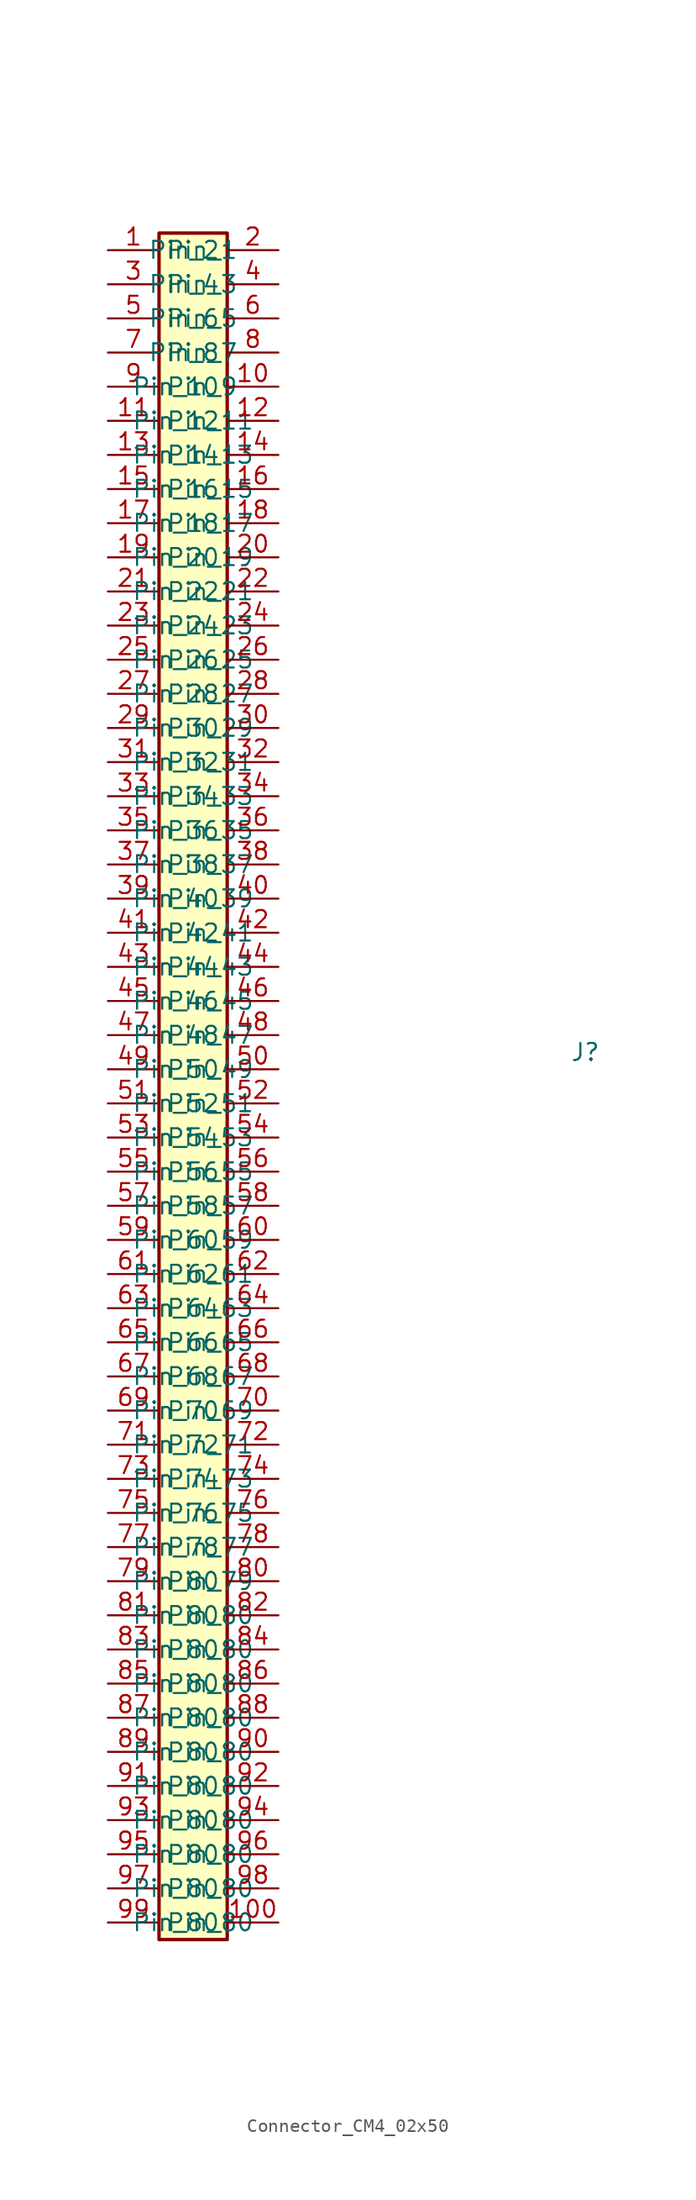
<source format=kicad_sym>
(kicad_symbol_lib
  (version 20231120)
  (generator "kicad_symbol_editor")
  (generator_version "8.0")
  (symbol "Connector_CM4_02x50"
    (property "Reference" "J"
      (at 0 0 0)
      (effects (font (size 1.27 1.27))))
    (property "Value" ""
      (at 0 0 0)
      (effects (font (size 1.27 1.27))))
    (symbol "Connector_CM4_02x50_1_1"
      (rectangle (start -31.75 60.96) (end -26.67 -66.04) (stroke (width 0.254) (type default)) (fill (type background)))
      (pin passive line (at -35.56 59.69 0) (length 3.81) (name "Pin_1" (effects (font (size 1.27 1.27)))) (number "1" (effects (font (size 1.27 1.27)))))
      (pin passive line (at -22.86 49.53 180) (length 3.81) (name "Pin_10" (effects (font (size 1.27 1.27)))) (number "10" (effects (font (size 1.27 1.27)))))
      (pin passive line (at -22.86 -64.77 180) (length 3.81) (name "Pin_80" (effects (font (size 1.27 1.27)))) (number "100" (effects (font (size 1.27 1.27)))))
      (pin passive line (at -35.56 46.99 0) (length 3.81) (name "Pin_11" (effects (font (size 1.27 1.27)))) (number "11" (effects (font (size 1.27 1.27)))))
      (pin passive line (at -22.86 46.99 180) (length 3.81) (name "Pin_12" (effects (font (size 1.27 1.27)))) (number "12" (effects (font (size 1.27 1.27)))))
      (pin passive line (at -35.56 44.45 0) (length 3.81) (name "Pin_13" (effects (font (size 1.27 1.27)))) (number "13" (effects (font (size 1.27 1.27)))))
      (pin passive line (at -22.86 44.45 180) (length 3.81) (name "Pin_14" (effects (font (size 1.27 1.27)))) (number "14" (effects (font (size 1.27 1.27)))))
      (pin passive line (at -35.56 41.91 0) (length 3.81) (name "Pin_15" (effects (font (size 1.27 1.27)))) (number "15" (effects (font (size 1.27 1.27)))))
      (pin passive line (at -22.86 41.91 180) (length 3.81) (name "Pin_16" (effects (font (size 1.27 1.27)))) (number "16" (effects (font (size 1.27 1.27)))))
      (pin passive line (at -35.56 39.37 0) (length 3.81) (name "Pin_17" (effects (font (size 1.27 1.27)))) (number "17" (effects (font (size 1.27 1.27)))))
      (pin passive line (at -22.86 39.37 180) (length 3.81) (name "Pin_18" (effects (font (size 1.27 1.27)))) (number "18" (effects (font (size 1.27 1.27)))))
      (pin passive line (at -35.56 36.83 0) (length 3.81) (name "Pin_19" (effects (font (size 1.27 1.27)))) (number "19" (effects (font (size 1.27 1.27)))))
      (pin passive line (at -22.86 59.69 180) (length 3.81) (name "Pin_2" (effects (font (size 1.27 1.27)))) (number "2" (effects (font (size 1.27 1.27)))))
      (pin passive line (at -22.86 36.83 180) (length 3.81) (name "Pin_20" (effects (font (size 1.27 1.27)))) (number "20" (effects (font (size 1.27 1.27)))))
      (pin passive line (at -35.56 34.29 0) (length 3.81) (name "Pin_21" (effects (font (size 1.27 1.27)))) (number "21" (effects (font (size 1.27 1.27)))))
      (pin passive line (at -22.86 34.29 180) (length 3.81) (name "Pin_22" (effects (font (size 1.27 1.27)))) (number "22" (effects (font (size 1.27 1.27)))))
      (pin passive line (at -35.56 31.75 0) (length 3.81) (name "Pin_23" (effects (font (size 1.27 1.27)))) (number "23" (effects (font (size 1.27 1.27)))))
      (pin passive line (at -22.86 31.75 180) (length 3.81) (name "Pin_24" (effects (font (size 1.27 1.27)))) (number "24" (effects (font (size 1.27 1.27)))))
      (pin passive line (at -35.56 29.21 0) (length 3.81) (name "Pin_25" (effects (font (size 1.27 1.27)))) (number "25" (effects (font (size 1.27 1.27)))))
      (pin passive line (at -22.86 29.21 180) (length 3.81) (name "Pin_26" (effects (font (size 1.27 1.27)))) (number "26" (effects (font (size 1.27 1.27)))))
      (pin passive line (at -35.56 26.67 0) (length 3.81) (name "Pin_27" (effects (font (size 1.27 1.27)))) (number "27" (effects (font (size 1.27 1.27)))))
      (pin passive line (at -22.86 26.67 180) (length 3.81) (name "Pin_28" (effects (font (size 1.27 1.27)))) (number "28" (effects (font (size 1.27 1.27)))))
      (pin passive line (at -35.56 24.13 0) (length 3.81) (name "Pin_29" (effects (font (size 1.27 1.27)))) (number "29" (effects (font (size 1.27 1.27)))))
      (pin passive line (at -35.56 57.15 0) (length 3.81) (name "Pin_3" (effects (font (size 1.27 1.27)))) (number "3" (effects (font (size 1.27 1.27)))))
      (pin passive line (at -22.86 24.13 180) (length 3.81) (name "Pin_30" (effects (font (size 1.27 1.27)))) (number "30" (effects (font (size 1.27 1.27)))))
      (pin passive line (at -35.56 21.59 0) (length 3.81) (name "Pin_31" (effects (font (size 1.27 1.27)))) (number "31" (effects (font (size 1.27 1.27)))))
      (pin passive line (at -22.86 21.59 180) (length 3.81) (name "Pin_32" (effects (font (size 1.27 1.27)))) (number "32" (effects (font (size 1.27 1.27)))))
      (pin passive line (at -35.56 19.05 0) (length 3.81) (name "Pin_33" (effects (font (size 1.27 1.27)))) (number "33" (effects (font (size 1.27 1.27)))))
      (pin passive line (at -22.86 19.05 180) (length 3.81) (name "Pin_34" (effects (font (size 1.27 1.27)))) (number "34" (effects (font (size 1.27 1.27)))))
      (pin passive line (at -35.56 16.51 0) (length 3.81) (name "Pin_35" (effects (font (size 1.27 1.27)))) (number "35" (effects (font (size 1.27 1.27)))))
      (pin passive line (at -22.86 16.51 180) (length 3.81) (name "Pin_36" (effects (font (size 1.27 1.27)))) (number "36" (effects (font (size 1.27 1.27)))))
      (pin passive line (at -35.56 13.97 0) (length 3.81) (name "Pin_37" (effects (font (size 1.27 1.27)))) (number "37" (effects (font (size 1.27 1.27)))))
      (pin passive line (at -22.86 13.97 180) (length 3.81) (name "Pin_38" (effects (font (size 1.27 1.27)))) (number "38" (effects (font (size 1.27 1.27)))))
      (pin passive line (at -35.56 11.43 0) (length 3.81) (name "Pin_39" (effects (font (size 1.27 1.27)))) (number "39" (effects (font (size 1.27 1.27)))))
      (pin passive line (at -22.86 57.15 180) (length 3.81) (name "Pin_4" (effects (font (size 1.27 1.27)))) (number "4" (effects (font (size 1.27 1.27)))))
      (pin passive line (at -22.86 11.43 180) (length 3.81) (name "Pin_40" (effects (font (size 1.27 1.27)))) (number "40" (effects (font (size 1.27 1.27)))))
      (pin passive line (at -35.56 8.89 0) (length 3.81) (name "Pin_41" (effects (font (size 1.27 1.27)))) (number "41" (effects (font (size 1.27 1.27)))))
      (pin passive line (at -22.86 8.89 180) (length 3.81) (name "Pin_42" (effects (font (size 1.27 1.27)))) (number "42" (effects (font (size 1.27 1.27)))))
      (pin passive line (at -35.56 6.35 0) (length 3.81) (name "Pin_43" (effects (font (size 1.27 1.27)))) (number "43" (effects (font (size 1.27 1.27)))))
      (pin passive line (at -22.86 6.35 180) (length 3.81) (name "Pin_44" (effects (font (size 1.27 1.27)))) (number "44" (effects (font (size 1.27 1.27)))))
      (pin passive line (at -35.56 3.81 0) (length 3.81) (name "Pin_45" (effects (font (size 1.27 1.27)))) (number "45" (effects (font (size 1.27 1.27)))))
      (pin passive line (at -22.86 3.81 180) (length 3.81) (name "Pin_46" (effects (font (size 1.27 1.27)))) (number "46" (effects (font (size 1.27 1.27)))))
      (pin passive line (at -35.56 1.27 0) (length 3.81) (name "Pin_47" (effects (font (size 1.27 1.27)))) (number "47" (effects (font (size 1.27 1.27)))))
      (pin passive line (at -22.86 1.27 180) (length 3.81) (name "Pin_48" (effects (font (size 1.27 1.27)))) (number "48" (effects (font (size 1.27 1.27)))))
      (pin passive line (at -35.56 -1.27 0) (length 3.81) (name "Pin_49" (effects (font (size 1.27 1.27)))) (number "49" (effects (font (size 1.27 1.27)))))
      (pin passive line (at -35.56 54.61 0) (length 3.81) (name "Pin_5" (effects (font (size 1.27 1.27)))) (number "5" (effects (font (size 1.27 1.27)))))
      (pin passive line (at -22.86 -1.27 180) (length 3.81) (name "Pin_50" (effects (font (size 1.27 1.27)))) (number "50" (effects (font (size 1.27 1.27)))))
      (pin passive line (at -35.56 -3.81 0) (length 3.81) (name "Pin_51" (effects (font (size 1.27 1.27)))) (number "51" (effects (font (size 1.27 1.27)))))
      (pin passive line (at -22.86 -3.81 180) (length 3.81) (name "Pin_52" (effects (font (size 1.27 1.27)))) (number "52" (effects (font (size 1.27 1.27)))))
      (pin passive line (at -35.56 -6.35 0) (length 3.81) (name "Pin_53" (effects (font (size 1.27 1.27)))) (number "53" (effects (font (size 1.27 1.27)))))
      (pin passive line (at -22.86 -6.35 180) (length 3.81) (name "Pin_54" (effects (font (size 1.27 1.27)))) (number "54" (effects (font (size 1.27 1.27)))))
      (pin passive line (at -35.56 -8.89 0) (length 3.81) (name "Pin_55" (effects (font (size 1.27 1.27)))) (number "55" (effects (font (size 1.27 1.27)))))
      (pin passive line (at -22.86 -8.89 180) (length 3.81) (name "Pin_56" (effects (font (size 1.27 1.27)))) (number "56" (effects (font (size 1.27 1.27)))))
      (pin passive line (at -35.56 -11.43 0) (length 3.81) (name "Pin_57" (effects (font (size 1.27 1.27)))) (number "57" (effects (font (size 1.27 1.27)))))
      (pin passive line (at -22.86 -11.43 180) (length 3.81) (name "Pin_58" (effects (font (size 1.27 1.27)))) (number "58" (effects (font (size 1.27 1.27)))))
      (pin passive line (at -35.56 -13.97 0) (length 3.81) (name "Pin_59" (effects (font (size 1.27 1.27)))) (number "59" (effects (font (size 1.27 1.27)))))
      (pin passive line (at -22.86 54.61 180) (length 3.81) (name "Pin_6" (effects (font (size 1.27 1.27)))) (number "6" (effects (font (size 1.27 1.27)))))
      (pin passive line (at -22.86 -13.97 180) (length 3.81) (name "Pin_60" (effects (font (size 1.27 1.27)))) (number "60" (effects (font (size 1.27 1.27)))))
      (pin passive line (at -35.56 -16.51 0) (length 3.81) (name "Pin_61" (effects (font (size 1.27 1.27)))) (number "61" (effects (font (size 1.27 1.27)))))
      (pin passive line (at -22.86 -16.51 180) (length 3.81) (name "Pin_62" (effects (font (size 1.27 1.27)))) (number "62" (effects (font (size 1.27 1.27)))))
      (pin passive line (at -35.56 -19.05 0) (length 3.81) (name "Pin_63" (effects (font (size 1.27 1.27)))) (number "63" (effects (font (size 1.27 1.27)))))
      (pin passive line (at -22.86 -19.05 180) (length 3.81) (name "Pin_64" (effects (font (size 1.27 1.27)))) (number "64" (effects (font (size 1.27 1.27)))))
      (pin passive line (at -35.56 -21.59 0) (length 3.81) (name "Pin_65" (effects (font (size 1.27 1.27)))) (number "65" (effects (font (size 1.27 1.27)))))
      (pin passive line (at -22.86 -21.59 180) (length 3.81) (name "Pin_66" (effects (font (size 1.27 1.27)))) (number "66" (effects (font (size 1.27 1.27)))))
      (pin passive line (at -35.56 -24.13 0) (length 3.81) (name "Pin_67" (effects (font (size 1.27 1.27)))) (number "67" (effects (font (size 1.27 1.27)))))
      (pin passive line (at -22.86 -24.13 180) (length 3.81) (name "Pin_68" (effects (font (size 1.27 1.27)))) (number "68" (effects (font (size 1.27 1.27)))))
      (pin passive line (at -35.56 -26.67 0) (length 3.81) (name "Pin_69" (effects (font (size 1.27 1.27)))) (number "69" (effects (font (size 1.27 1.27)))))
      (pin passive line (at -35.56 52.07 0) (length 3.81) (name "Pin_7" (effects (font (size 1.27 1.27)))) (number "7" (effects (font (size 1.27 1.27)))))
      (pin passive line (at -22.86 -26.67 180) (length 3.81) (name "Pin_70" (effects (font (size 1.27 1.27)))) (number "70" (effects (font (size 1.27 1.27)))))
      (pin passive line (at -35.56 -29.21 0) (length 3.81) (name "Pin_71" (effects (font (size 1.27 1.27)))) (number "71" (effects (font (size 1.27 1.27)))))
      (pin passive line (at -22.86 -29.21 180) (length 3.81) (name "Pin_72" (effects (font (size 1.27 1.27)))) (number "72" (effects (font (size 1.27 1.27)))))
      (pin passive line (at -35.56 -31.75 0) (length 3.81) (name "Pin_73" (effects (font (size 1.27 1.27)))) (number "73" (effects (font (size 1.27 1.27)))))
      (pin passive line (at -22.86 -31.75 180) (length 3.81) (name "Pin_74" (effects (font (size 1.27 1.27)))) (number "74" (effects (font (size 1.27 1.27)))))
      (pin passive line (at -35.56 -34.29 0) (length 3.81) (name "Pin_75" (effects (font (size 1.27 1.27)))) (number "75" (effects (font (size 1.27 1.27)))))
      (pin passive line (at -22.86 -34.29 180) (length 3.81) (name "Pin_76" (effects (font (size 1.27 1.27)))) (number "76" (effects (font (size 1.27 1.27)))))
      (pin passive line (at -35.56 -36.83 0) (length 3.81) (name "Pin_77" (effects (font (size 1.27 1.27)))) (number "77" (effects (font (size 1.27 1.27)))))
      (pin passive line (at -22.86 -36.83 180) (length 3.81) (name "Pin_78" (effects (font (size 1.27 1.27)))) (number "78" (effects (font (size 1.27 1.27)))))
      (pin passive line (at -35.56 -39.37 0) (length 3.81) (name "Pin_79" (effects (font (size 1.27 1.27)))) (number "79" (effects (font (size 1.27 1.27)))))
      (pin passive line (at -22.86 52.07 180) (length 3.81) (name "Pin_8" (effects (font (size 1.27 1.27)))) (number "8" (effects (font (size 1.27 1.27)))))
      (pin passive line (at -22.86 -39.37 180) (length 3.81) (name "Pin_80" (effects (font (size 1.27 1.27)))) (number "80" (effects (font (size 1.27 1.27)))))
      (pin passive line (at -35.56 -41.91 0) (length 3.81) (name "Pin_80" (effects (font (size 1.27 1.27)))) (number "81" (effects (font (size 1.27 1.27)))))
      (pin passive line (at -22.86 -41.91 180) (length 3.81) (name "Pin_80" (effects (font (size 1.27 1.27)))) (number "82" (effects (font (size 1.27 1.27)))))
      (pin passive line (at -35.56 -44.45 0) (length 3.81) (name "Pin_80" (effects (font (size 1.27 1.27)))) (number "83" (effects (font (size 1.27 1.27)))))
      (pin passive line (at -22.86 -44.45 180) (length 3.81) (name "Pin_80" (effects (font (size 1.27 1.27)))) (number "84" (effects (font (size 1.27 1.27)))))
      (pin passive line (at -35.56 -46.99 0) (length 3.81) (name "Pin_80" (effects (font (size 1.27 1.27)))) (number "85" (effects (font (size 1.27 1.27)))))
      (pin passive line (at -22.86 -46.99 180) (length 3.81) (name "Pin_80" (effects (font (size 1.27 1.27)))) (number "86" (effects (font (size 1.27 1.27)))))
      (pin passive line (at -35.56 -49.53 0) (length 3.81) (name "Pin_80" (effects (font (size 1.27 1.27)))) (number "87" (effects (font (size 1.27 1.27)))))
      (pin passive line (at -22.86 -49.53 180) (length 3.81) (name "Pin_80" (effects (font (size 1.27 1.27)))) (number "88" (effects (font (size 1.27 1.27)))))
      (pin passive line (at -35.56 -52.07 0) (length 3.81) (name "Pin_80" (effects (font (size 1.27 1.27)))) (number "89" (effects (font (size 1.27 1.27)))))
      (pin passive line (at -35.56 49.53 0) (length 3.81) (name "Pin_9" (effects (font (size 1.27 1.27)))) (number "9" (effects (font (size 1.27 1.27)))))
      (pin passive line (at -22.86 -52.07 180) (length 3.81) (name "Pin_80" (effects (font (size 1.27 1.27)))) (number "90" (effects (font (size 1.27 1.27)))))
      (pin passive line (at -35.56 -54.61 0) (length 3.81) (name "Pin_80" (effects (font (size 1.27 1.27)))) (number "91" (effects (font (size 1.27 1.27)))))
      (pin passive line (at -22.86 -54.61 180) (length 3.81) (name "Pin_80" (effects (font (size 1.27 1.27)))) (number "92" (effects (font (size 1.27 1.27)))))
      (pin passive line (at -35.56 -57.15 0) (length 3.81) (name "Pin_80" (effects (font (size 1.27 1.27)))) (number "93" (effects (font (size 1.27 1.27)))))
      (pin passive line (at -22.86 -57.15 180) (length 3.81) (name "Pin_80" (effects (font (size 1.27 1.27)))) (number "94" (effects (font (size 1.27 1.27)))))
      (pin passive line (at -35.56 -59.69 0) (length 3.81) (name "Pin_80" (effects (font (size 1.27 1.27)))) (number "95" (effects (font (size 1.27 1.27)))))
      (pin passive line (at -22.86 -59.69 180) (length 3.81) (name "Pin_80" (effects (font (size 1.27 1.27)))) (number "96" (effects (font (size 1.27 1.27)))))
      (pin passive line (at -35.56 -62.23 0) (length 3.81) (name "Pin_80" (effects (font (size 1.27 1.27)))) (number "97" (effects (font (size 1.27 1.27)))))
      (pin passive line (at -22.86 -62.23 180) (length 3.81) (name "Pin_80" (effects (font (size 1.27 1.27)))) (number "98" (effects (font (size 1.27 1.27)))))
      (pin passive line (at -35.56 -64.77 0) (length 3.81) (name "Pin_80" (effects (font (size 1.27 1.27)))) (number "99" (effects (font (size 1.27 1.27))))))))
</source>
